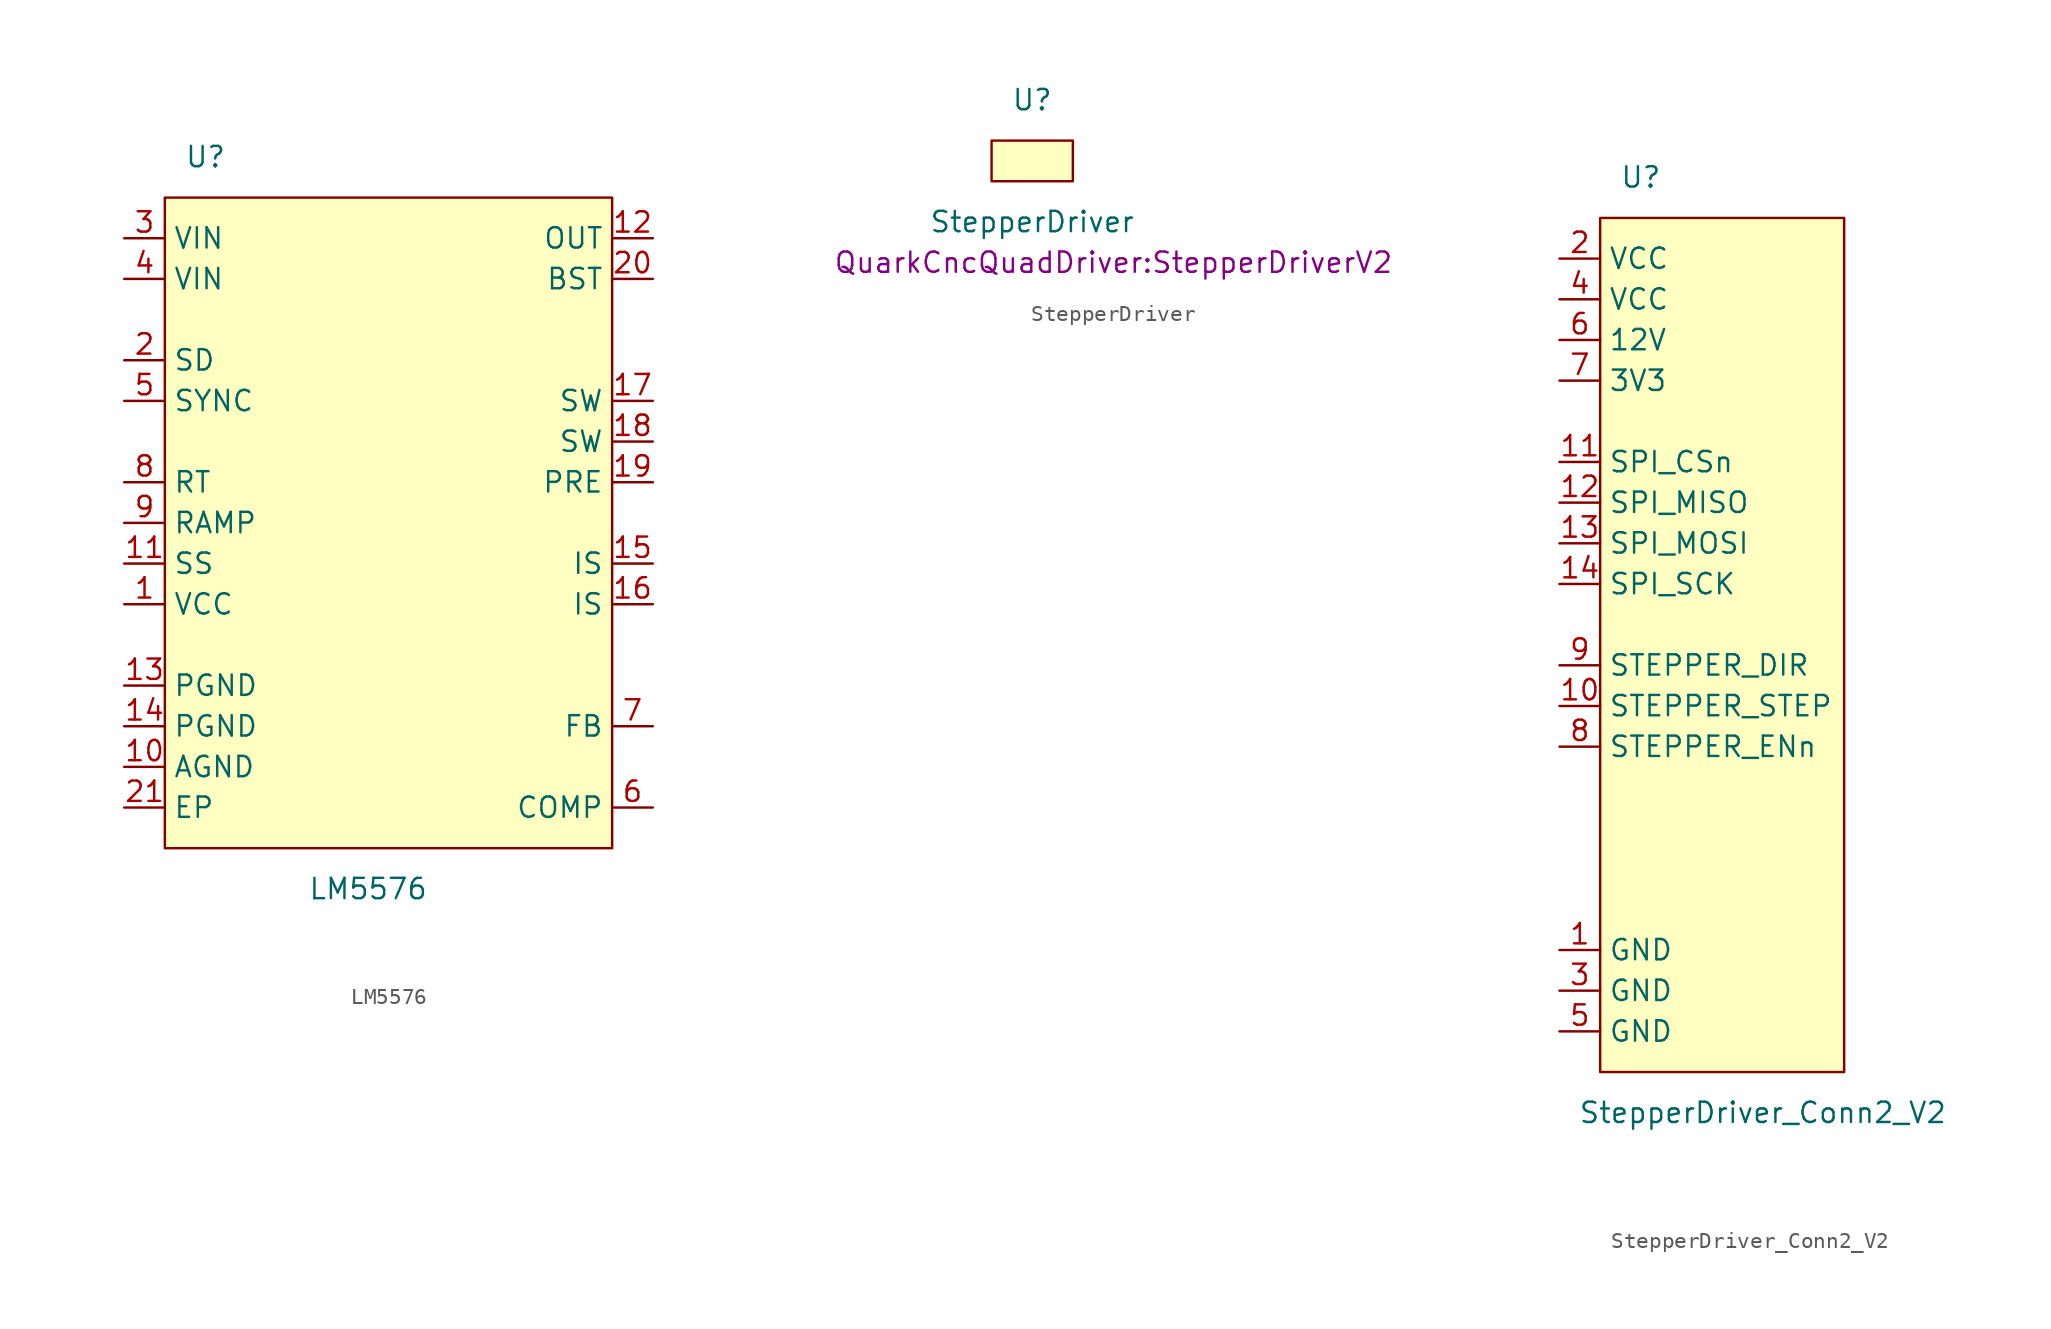
<source format=kicad_sym>
(kicad_symbol_lib
  (version 20211014)
  (generator kicad_symbol_editor)
  (symbol "LM5576"
    (property "Reference" "U"
      (at 2.54 2.54 0)
      (effects (font (size 1.27 1.27))))
    (property "Value" "LM5576"
      (at 12.7 -43.18 0)
      (effects (font (size 1.27 1.27))))
    (symbol "LM5576_0_1"
      (rectangle (start 0 0) (end 27.94 -40.64) (stroke (width 0.152) (type default) (color 0 0 0 0)) (fill (type background))))
    (symbol "LM5576_1_1"
      (pin power_in line (at -2.54 -25.4 0) (length 2.54) (name "VCC" (effects (font (size 1.27 1.27)))) (number "1" (effects (font (size 1.27 1.27)))))
      (pin power_in line (at -2.54 -35.56 0) (length 2.54) (name "AGND" (effects (font (size 1.27 1.27)))) (number "10" (effects (font (size 1.27 1.27)))))
      (pin output line (at -2.54 -22.86 0) (length 2.54) (name "SS" (effects (font (size 1.27 1.27)))) (number "11" (effects (font (size 1.27 1.27)))))
      (pin power_out line (at 30.48 -2.54 180) (length 2.54) (name "OUT" (effects (font (size 1.27 1.27)))) (number "12" (effects (font (size 1.27 1.27)))))
      (pin power_in line (at -2.54 -30.48 0) (length 2.54) (name "PGND" (effects (font (size 1.27 1.27)))) (number "13" (effects (font (size 1.27 1.27)))))
      (pin power_in line (at -2.54 -33.02 0) (length 2.54) (name "PGND" (effects (font (size 1.27 1.27)))) (number "14" (effects (font (size 1.27 1.27)))))
      (pin input line (at 30.48 -22.86 180) (length 2.54) (name "IS" (effects (font (size 1.27 1.27)))) (number "15" (effects (font (size 1.27 1.27)))))
      (pin input line (at 30.48 -25.4 180) (length 2.54) (name "IS" (effects (font (size 1.27 1.27)))) (number "16" (effects (font (size 1.27 1.27)))))
      (pin output line (at 30.48 -12.7 180) (length 2.54) (name "SW" (effects (font (size 1.27 1.27)))) (number "17" (effects (font (size 1.27 1.27)))))
      (pin output line (at 30.48 -15.24 180) (length 2.54) (name "SW" (effects (font (size 1.27 1.27)))) (number "18" (effects (font (size 1.27 1.27)))))
      (pin output line (at 30.48 -17.78 180) (length 2.54) (name "PRE" (effects (font (size 1.27 1.27)))) (number "19" (effects (font (size 1.27 1.27)))))
      (pin input line (at -2.54 -10.16 0) (length 2.54) (name "SD" (effects (font (size 1.27 1.27)))) (number "2" (effects (font (size 1.27 1.27)))))
      (pin output line (at 30.48 -5.08 180) (length 2.54) (name "BST" (effects (font (size 1.27 1.27)))) (number "20" (effects (font (size 1.27 1.27)))))
      (pin power_in line (at -2.54 -38.1 0) (length 2.54) (name "EP" (effects (font (size 1.27 1.27)))) (number "21" (effects (font (size 1.27 1.27)))))
      (pin power_in line (at -2.54 -2.54 0) (length 2.54) (name "VIN" (effects (font (size 1.27 1.27)))) (number "3" (effects (font (size 1.27 1.27)))))
      (pin power_in line (at -2.54 -5.08 0) (length 2.54) (name "VIN" (effects (font (size 1.27 1.27)))) (number "4" (effects (font (size 1.27 1.27)))))
      (pin bidirectional line (at -2.54 -12.7 0) (length 2.54) (name "SYNC" (effects (font (size 1.27 1.27)))) (number "5" (effects (font (size 1.27 1.27)))))
      (pin output line (at 30.48 -38.1 180) (length 2.54) (name "COMP" (effects (font (size 1.27 1.27)))) (number "6" (effects (font (size 1.27 1.27)))))
      (pin input line (at 30.48 -33.02 180) (length 2.54) (name "FB" (effects (font (size 1.27 1.27)))) (number "7" (effects (font (size 1.27 1.27)))))
      (pin input line (at -2.54 -17.78 0) (length 2.54) (name "RT" (effects (font (size 1.27 1.27)))) (number "8" (effects (font (size 1.27 1.27)))))
      (pin output line (at -2.54 -20.32 0) (length 2.54) (name "RAMP" (effects (font (size 1.27 1.27)))) (number "9" (effects (font (size 1.27 1.27)))))))
  (symbol "StepperDriver"
    (property "Reference" "U"
      (at 2.54 2.54 0)
      (effects (font (size 1.27 1.27))))
    (property "Value" "StepperDriver"
      (at 2.54 -5.08 0)
      (effects (font (size 1.27 1.27))))
    (property "Footprint" "QuarkCncQuadDriver:StepperDriverV2"
      (at 7.62 -7.62 0)
      (effects (font (size 1.27 1.27))))
    (symbol "StepperDriver_0_1"
      (rectangle (start 0 0) (end 5.08 -2.54) (stroke (width 0.152) (type default) (color 0 0 0 0)) (fill (type background)))))
  (symbol "StepperDriver_Conn2_V2"
    (property "Reference" "U"
      (at 2.54 2.54 0)
      (effects (font (size 1.27 1.27))))
    (property "Value" "StepperDriver_Conn2_V2"
      (at 10.16 -55.88 0)
      (effects (font (size 1.27 1.27))))
    (symbol "StepperDriver_Conn2_V2_0_1"
      (rectangle (start 0 0) (end 15.24 -53.34) (stroke (width 0.152) (type default) (color 0 0 0 0)) (fill (type background))))
    (symbol "StepperDriver_Conn2_V2_1_1"
      (pin power_in line (at -2.54 -45.72 0) (length 2.54) (name "GND" (effects (font (size 1.27 1.27)))) (number "1" (effects (font (size 1.27 1.27)))))
      (pin input line (at -2.54 -30.48 0) (length 2.54) (name "STEPPER_STEP" (effects (font (size 1.27 1.27)))) (number "10" (effects (font (size 1.27 1.27)))))
      (pin input line (at -2.54 -15.24 0) (length 2.54) (name "SPI_CSn" (effects (font (size 1.27 1.27)))) (number "11" (effects (font (size 1.27 1.27)))))
      (pin input line (at -2.54 -17.78 0) (length 2.54) (name "SPI_MISO" (effects (font (size 1.27 1.27)))) (number "12" (effects (font (size 1.27 1.27)))))
      (pin output line (at -2.54 -20.32 0) (length 2.54) (name "SPI_MOSI" (effects (font (size 1.27 1.27)))) (number "13" (effects (font (size 1.27 1.27)))))
      (pin output line (at -2.54 -22.86 0) (length 2.54) (name "SPI_SCK" (effects (font (size 1.27 1.27)))) (number "14" (effects (font (size 1.27 1.27)))))
      (pin power_in line (at -2.54 -2.54 0) (length 2.54) (name "VCC" (effects (font (size 1.27 1.27)))) (number "2" (effects (font (size 1.27 1.27)))))
      (pin power_in line (at -2.54 -48.26 0) (length 2.54) (name "GND" (effects (font (size 1.27 1.27)))) (number "3" (effects (font (size 1.27 1.27)))))
      (pin power_in line (at -2.54 -5.08 0) (length 2.54) (name "VCC" (effects (font (size 1.27 1.27)))) (number "4" (effects (font (size 1.27 1.27)))))
      (pin power_in line (at -2.54 -50.8 0) (length 2.54) (name "GND" (effects (font (size 1.27 1.27)))) (number "5" (effects (font (size 1.27 1.27)))))
      (pin power_in line (at -2.54 -7.62 0) (length 2.54) (name "12V" (effects (font (size 1.27 1.27)))) (number "6" (effects (font (size 1.27 1.27)))))
      (pin power_in line (at -2.54 -10.16 0) (length 2.54) (name "3V3" (effects (font (size 1.27 1.27)))) (number "7" (effects (font (size 1.27 1.27)))))
      (pin input line (at -2.54 -33.02 0) (length 2.54) (name "STEPPER_ENn" (effects (font (size 1.27 1.27)))) (number "8" (effects (font (size 1.27 1.27)))))
      (pin input line (at -2.54 -27.94 0) (length 2.54) (name "STEPPER_DIR" (effects (font (size 1.27 1.27)))) (number "9" (effects (font (size 1.27 1.27))))))))
</source>
